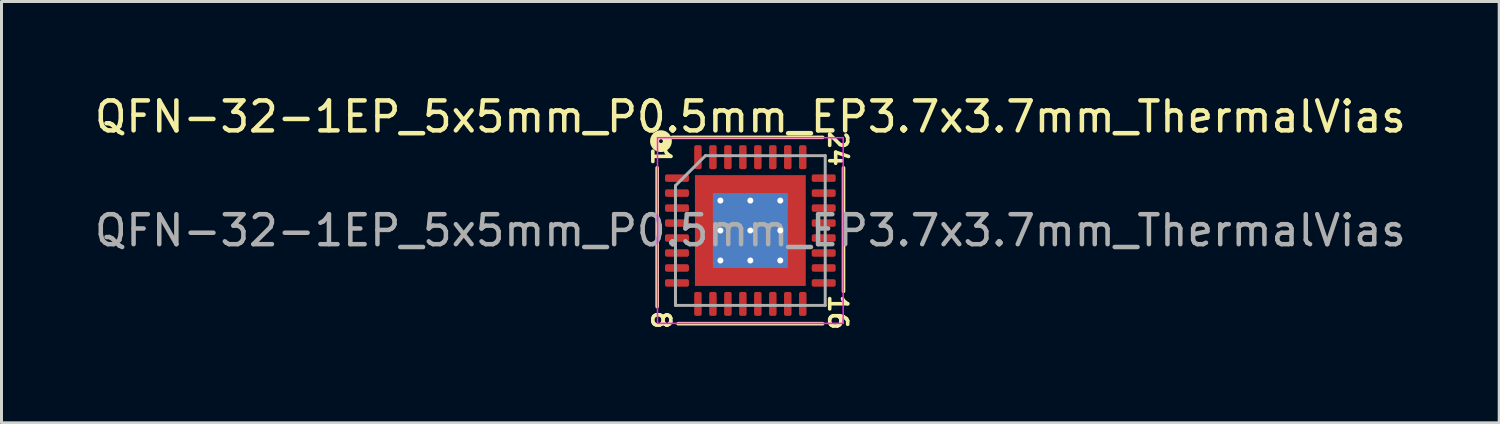
<source format=kicad_pcb>
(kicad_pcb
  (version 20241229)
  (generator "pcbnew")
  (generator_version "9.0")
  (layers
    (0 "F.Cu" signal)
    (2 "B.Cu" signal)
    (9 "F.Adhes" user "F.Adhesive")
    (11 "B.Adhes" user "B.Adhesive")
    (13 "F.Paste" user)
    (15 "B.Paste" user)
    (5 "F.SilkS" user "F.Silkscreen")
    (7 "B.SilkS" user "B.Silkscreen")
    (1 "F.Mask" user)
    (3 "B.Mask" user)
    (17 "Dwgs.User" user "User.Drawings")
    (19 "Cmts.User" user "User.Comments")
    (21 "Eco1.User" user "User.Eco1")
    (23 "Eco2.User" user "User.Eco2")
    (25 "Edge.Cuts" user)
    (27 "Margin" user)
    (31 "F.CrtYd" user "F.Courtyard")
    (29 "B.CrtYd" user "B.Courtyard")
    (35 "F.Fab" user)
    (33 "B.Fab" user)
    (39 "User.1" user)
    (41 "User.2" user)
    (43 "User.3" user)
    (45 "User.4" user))
  (footprint "QFN-32-1EP_5x5mm_P0.5mm_EP3.7x3.7mm_ThermalVias"
    (layer "F.Cu")
    (at 22.006 4.648)
    (property "Reference" "QFN-32-1EP_5x5mm_P0.5mm_EP3.7x3.7mm_ThermalVias" (at 0 -3.8 0) (layer "F.SilkS") (effects (font (size 1 1) (thickness 0.15))))
    (attr smd)
    (fp_line (start -3.111 -2.095) (end -3.111 2.54) (stroke (width 0.12) (type solid)) (layer "F.SilkS"))
    (fp_line (start -2.413 3.111) (end 2.413 3.111) (stroke (width 0.12) (type solid)) (layer "F.SilkS"))
    (fp_line (start 2.413 -3.111) (end -2.603 -3.111) (stroke (width 0.12) (type solid)) (layer "F.SilkS"))
    (fp_line (start 3.111 2.032) (end 3.111 -2.095) (stroke (width 0.12) (type solid)) (layer "F.SilkS"))
    (fp_circle (center -2.985 -2.985) (end -2.921 -2.985) (stroke (width 0.3) (type solid)) (fill no) (layer "F.SilkS"))
    (fp_line (start -3.1 -3.1) (end -3.1 3.1) (stroke (width 0.05) (type solid)) (layer "F.CrtYd"))
    (fp_line (start -3.1 3.1) (end 3.1 3.1) (stroke (width 0.05) (type solid)) (layer "F.CrtYd"))
    (fp_line (start 3.1 -3.1) (end -3.1 -3.1) (stroke (width 0.05) (type solid)) (layer "F.CrtYd"))
    (fp_line (start 3.1 3.1) (end 3.1 -3.1) (stroke (width 0.05) (type solid)) (layer "F.CrtYd"))
    (fp_line (start -2.5 -1.5) (end -1.5 -2.5) (stroke (width 0.1) (type solid)) (layer "F.Fab"))
    (fp_line (start -2.5 2.5) (end -2.5 -1.5) (stroke (width 0.1) (type solid)) (layer "F.Fab"))
    (fp_line (start -1.5 -2.5) (end 2.5 -2.5) (stroke (width 0.1) (type solid)) (layer "F.Fab"))
    (fp_line (start 2.5 -2.5) (end 2.5 2.5) (stroke (width 0.1) (type solid)) (layer "F.Fab"))
    (fp_line (start 2.5 2.5) (end -2.5 2.5) (stroke (width 0.1) (type solid)) (layer "F.Fab"))
    (fp_text user "16" (at 2.921 2.731 270) (unlocked yes) (layer "F.SilkS") (effects (font (size 0.6 0.6) (thickness 0.12))))
    (fp_text user "1" (at -2.985 -2.477 270) (unlocked yes) (layer "F.SilkS") (effects (font (size 0.6 0.6) (thickness 0.12))))
    (fp_text user "24" (at 2.921 -2.731 270) (unlocked yes) (layer "F.SilkS") (effects (font (size 0.6 0.6) (thickness 0.12))))
    (fp_text user "8" (at -2.985 2.985 270) (unlocked yes) (layer "F.SilkS") (effects (font (size 0.6 0.6) (thickness 0.12))))
    (fp_text user "${REFERENCE}" (at 0 0 0) (layer "F.Fab") (effects (font (size 1 1) (thickness 0.15))))
    (pad "" smd custom (at -1.425 -1.425) (size 0.602 0.602) (layers "F.Paste") (options (anchor circle)) (primitives (gr_poly (pts (xy -0.259 -0.259) (xy 0.259 -0.259) (xy 0.259 0.19) (xy 0.19 0.259) (xy -0.259 0.259)) (width 0.167) (fill yes))))
    (pad "" smd custom (at -1.425 -0.5) (size 0.612 0.612) (layers "F.Paste") (options (anchor circle)) (primitives (gr_poly (pts (xy -0.269 -0.33) (xy 0.209 -0.33) (xy 0.269 -0.269) (xy 0.269 0.269) (xy 0.209 0.33) (xy -0.269 0.33)) (width 0.147) (fill yes))))
    (pad "" smd custom (at -1.425 0.5) (size 0.612 0.612) (layers "F.Paste") (options (anchor circle)) (primitives (gr_poly (pts (xy -0.269 -0.33) (xy 0.209 -0.33) (xy 0.269 -0.269) (xy 0.269 0.269) (xy 0.209 0.33) (xy -0.269 0.33)) (width 0.147) (fill yes))))
    (pad "" smd custom (at -1.425 1.425) (size 0.602 0.602) (layers "F.Paste") (options (anchor circle)) (primitives (gr_poly (pts (xy -0.259 -0.259) (xy 0.19 -0.259) (xy 0.259 -0.19) (xy 0.259 0.259) (xy -0.259 0.259)) (width 0.167) (fill yes))))
    (pad "" smd custom (at -0.5 -1.425) (size 0.612 0.612) (layers "F.Paste") (options (anchor circle)) (primitives (gr_poly (pts (xy -0.33 -0.269) (xy 0.33 -0.269) (xy 0.33 0.209) (xy 0.269 0.269) (xy -0.269 0.269) (xy -0.33 0.209)) (width 0.147) (fill yes))))
    (pad "" smd roundrect (at -0.5 -0.5) (size 0.806 0.806) (layers "F.Paste") (roundrect_rratio 0.25))
    (pad "" smd roundrect (at -0.5 0.5) (size 0.806 0.806) (layers "F.Paste") (roundrect_rratio 0.25))
    (pad "" smd custom (at -0.5 1.425) (size 0.612 0.612) (layers "F.Paste") (options (anchor circle)) (primitives (gr_poly (pts (xy -0.33 -0.209) (xy -0.269 -0.269) (xy 0.269 -0.269) (xy 0.33 -0.209) (xy 0.33 0.269) (xy -0.33 0.269)) (width 0.147) (fill yes))))
    (pad "" smd custom (at 0.5 -1.425) (size 0.612 0.612) (layers "F.Paste") (options (anchor circle)) (primitives (gr_poly (pts (xy -0.33 -0.269) (xy 0.33 -0.269) (xy 0.33 0.209) (xy 0.269 0.269) (xy -0.269 0.269) (xy -0.33 0.209)) (width 0.147) (fill yes))))
    (pad "" smd roundrect (at 0.5 -0.5) (size 0.806 0.806) (layers "F.Paste") (roundrect_rratio 0.25))
    (pad "" smd roundrect (at 0.5 0.5) (size 0.806 0.806) (layers "F.Paste") (roundrect_rratio 0.25))
    (pad "" smd custom (at 0.5 1.425) (size 0.612 0.612) (layers "F.Paste") (options (anchor circle)) (primitives (gr_poly (pts (xy -0.33 -0.209) (xy -0.269 -0.269) (xy 0.269 -0.269) (xy 0.33 -0.209) (xy 0.33 0.269) (xy -0.33 0.269)) (width 0.147) (fill yes))))
    (pad "" smd custom (at 1.425 -1.425) (size 0.602 0.602) (layers "F.Paste") (options (anchor circle)) (primitives (gr_poly (pts (xy -0.259 -0.259) (xy 0.259 -0.259) (xy 0.259 0.259) (xy -0.19 0.259) (xy -0.259 0.19)) (width 0.167) (fill yes))))
    (pad "" smd custom (at 1.425 -0.5) (size 0.612 0.612) (layers "F.Paste") (options (anchor circle)) (primitives (gr_poly (pts (xy -0.269 -0.269) (xy -0.209 -0.33) (xy 0.269 -0.33) (xy 0.269 0.33) (xy -0.209 0.33) (xy -0.269 0.269)) (width 0.147) (fill yes))))
    (pad "" smd custom (at 1.425 0.5) (size 0.612 0.612) (layers "F.Paste") (options (anchor circle)) (primitives (gr_poly (pts (xy -0.269 -0.269) (xy -0.209 -0.33) (xy 0.269 -0.33) (xy 0.269 0.33) (xy -0.209 0.33) (xy -0.269 0.269)) (width 0.147) (fill yes))))
    (pad "" smd custom (at 1.425 1.425) (size 0.602 0.602) (layers "F.Paste") (options (anchor circle)) (primitives (gr_poly (pts (xy -0.259 -0.19) (xy -0.19 -0.259) (xy 0.259 -0.259) (xy 0.259 0.259) (xy -0.259 0.259)) (width 0.167) (fill yes))))
    (pad "1" smd roundrect (at -2.45 -1.75) (size 0.8 0.25) (layers "F.Cu" "F.Mask" "F.Paste") (roundrect_rratio 0.25))
    (pad "2" smd roundrect (at -2.45 -1.25) (size 0.8 0.25) (layers "F.Cu" "F.Mask" "F.Paste") (roundrect_rratio 0.25))
    (pad "3" smd roundrect (at -2.45 -0.75) (size 0.8 0.25) (layers "F.Cu" "F.Mask" "F.Paste") (roundrect_rratio 0.25))
    (pad "4" smd roundrect (at -2.45 -0.25) (size 0.8 0.25) (layers "F.Cu" "F.Mask" "F.Paste") (roundrect_rratio 0.25))
    (pad "5" smd roundrect (at -2.45 0.25) (size 0.8 0.25) (layers "F.Cu" "F.Mask" "F.Paste") (roundrect_rratio 0.25))
    (pad "6" smd roundrect (at -2.45 0.75) (size 0.8 0.25) (layers "F.Cu" "F.Mask" "F.Paste") (roundrect_rratio 0.25))
    (pad "7" smd roundrect (at -2.45 1.25) (size 0.8 0.25) (layers "F.Cu" "F.Mask" "F.Paste") (roundrect_rratio 0.25))
    (pad "8" smd roundrect (at -2.45 1.75) (size 0.8 0.25) (layers "F.Cu" "F.Mask" "F.Paste") (roundrect_rratio 0.25))
    (pad "9" smd roundrect (at -1.75 2.45) (size 0.25 0.8) (layers "F.Cu" "F.Mask" "F.Paste") (roundrect_rratio 0.25))
    (pad "10" smd roundrect (at -1.25 2.45) (size 0.25 0.8) (layers "F.Cu" "F.Mask" "F.Paste") (roundrect_rratio 0.25))
    (pad "11" smd roundrect (at -0.75 2.45) (size 0.25 0.8) (layers "F.Cu" "F.Mask" "F.Paste") (roundrect_rratio 0.25))
    (pad "12" smd roundrect (at -0.25 2.45) (size 0.25 0.8) (layers "F.Cu" "F.Mask" "F.Paste") (roundrect_rratio 0.25))
    (pad "13" smd roundrect (at 0.25 2.45) (size 0.25 0.8) (layers "F.Cu" "F.Mask" "F.Paste") (roundrect_rratio 0.25))
    (pad "14" smd roundrect (at 0.75 2.45) (size 0.25 0.8) (layers "F.Cu" "F.Mask" "F.Paste") (roundrect_rratio 0.25))
    (pad "15" smd roundrect (at 1.25 2.45) (size 0.25 0.8) (layers "F.Cu" "F.Mask" "F.Paste") (roundrect_rratio 0.25))
    (pad "16" smd roundrect (at 1.75 2.45) (size 0.25 0.8) (layers "F.Cu" "F.Mask" "F.Paste") (roundrect_rratio 0.25))
    (pad "17" smd roundrect (at 2.45 1.75) (size 0.8 0.25) (layers "F.Cu" "F.Mask" "F.Paste") (roundrect_rratio 0.25))
    (pad "18" smd roundrect (at 2.45 1.25) (size 0.8 0.25) (layers "F.Cu" "F.Mask" "F.Paste") (roundrect_rratio 0.25))
    (pad "19" smd roundrect (at 2.45 0.75) (size 0.8 0.25) (layers "F.Cu" "F.Mask" "F.Paste") (roundrect_rratio 0.25))
    (pad "20" smd roundrect (at 2.45 0.25) (size 0.8 0.25) (layers "F.Cu" "F.Mask" "F.Paste") (roundrect_rratio 0.25))
    (pad "21" smd roundrect (at 2.45 -0.25) (size 0.8 0.25) (layers "F.Cu" "F.Mask" "F.Paste") (roundrect_rratio 0.25))
    (pad "22" smd roundrect (at 2.45 -0.75) (size 0.8 0.25) (layers "F.Cu" "F.Mask" "F.Paste") (roundrect_rratio 0.25))
    (pad "23" smd roundrect (at 2.45 -1.25) (size 0.8 0.25) (layers "F.Cu" "F.Mask" "F.Paste") (roundrect_rratio 0.25))
    (pad "24" smd roundrect (at 2.45 -1.75) (size 0.8 0.25) (layers "F.Cu" "F.Mask" "F.Paste") (roundrect_rratio 0.25))
    (pad "25" smd roundrect (at 1.75 -2.45) (size 0.25 0.8) (layers "F.Cu" "F.Mask" "F.Paste") (roundrect_rratio 0.25))
    (pad "26" smd roundrect (at 1.25 -2.45) (size 0.25 0.8) (layers "F.Cu" "F.Mask" "F.Paste") (roundrect_rratio 0.25))
    (pad "27" smd roundrect (at 0.75 -2.45) (size 0.25 0.8) (layers "F.Cu" "F.Mask" "F.Paste") (roundrect_rratio 0.25))
    (pad "28" smd roundrect (at 0.25 -2.45) (size 0.25 0.8) (layers "F.Cu" "F.Mask" "F.Paste") (roundrect_rratio 0.25))
    (pad "29" smd roundrect (at -0.25 -2.45) (size 0.25 0.8) (layers "F.Cu" "F.Mask" "F.Paste") (roundrect_rratio 0.25))
    (pad "30" smd roundrect (at -0.75 -2.45) (size 0.25 0.8) (layers "F.Cu" "F.Mask" "F.Paste") (roundrect_rratio 0.25))
    (pad "31" smd roundrect (at -1.25 -2.45) (size 0.25 0.8) (layers "F.Cu" "F.Mask" "F.Paste") (roundrect_rratio 0.25))
    (pad "32" smd roundrect (at -1.75 -2.45) (size 0.25 0.8) (layers "F.Cu" "F.Mask" "F.Paste") (roundrect_rratio 0.25))
    (pad "33" thru_hole circle (at -1 -1) (size 0.5 0.5) (drill 0.2) (layers "*.Cu"))
    (pad "33" thru_hole circle (at -1 0) (size 0.5 0.5) (drill 0.2) (layers "*.Cu"))
    (pad "33" thru_hole circle (at -1 1) (size 0.5 0.5) (drill 0.2) (layers "*.Cu"))
    (pad "33" thru_hole circle (at 0 -1) (size 0.5 0.5) (drill 0.2) (layers "*.Cu"))
    (pad "33" thru_hole circle (at 0 0) (size 0.5 0.5) (drill 0.2) (layers "*.Cu"))
    (pad "33" smd rect (at 0 0) (size 2.5 2.5) (layers "B.Cu" "B.Mask"))
    (pad "33" smd rect (at 0 0) (size 3.7 3.7) (layers "F.Cu" "F.Mask"))
    (pad "33" thru_hole circle (at 0 1) (size 0.5 0.5) (drill 0.2) (layers "*.Cu"))
    (pad "33" thru_hole circle (at 1 -1) (size 0.5 0.5) (drill 0.2) (layers "*.Cu"))
    (pad "33" thru_hole circle (at 1 0) (size 0.5 0.5) (drill 0.2) (layers "*.Cu"))
    (pad "33" thru_hole circle (at 1 1) (size 0.5 0.5) (drill 0.2) (layers "*.Cu")))
  (gr_rect
    (start -3 -3)
    (end 47.012 11.07)
    (stroke (width 0.1) (type default))
    (fill no)
    (layer "Edge.Cuts")))
</source>
